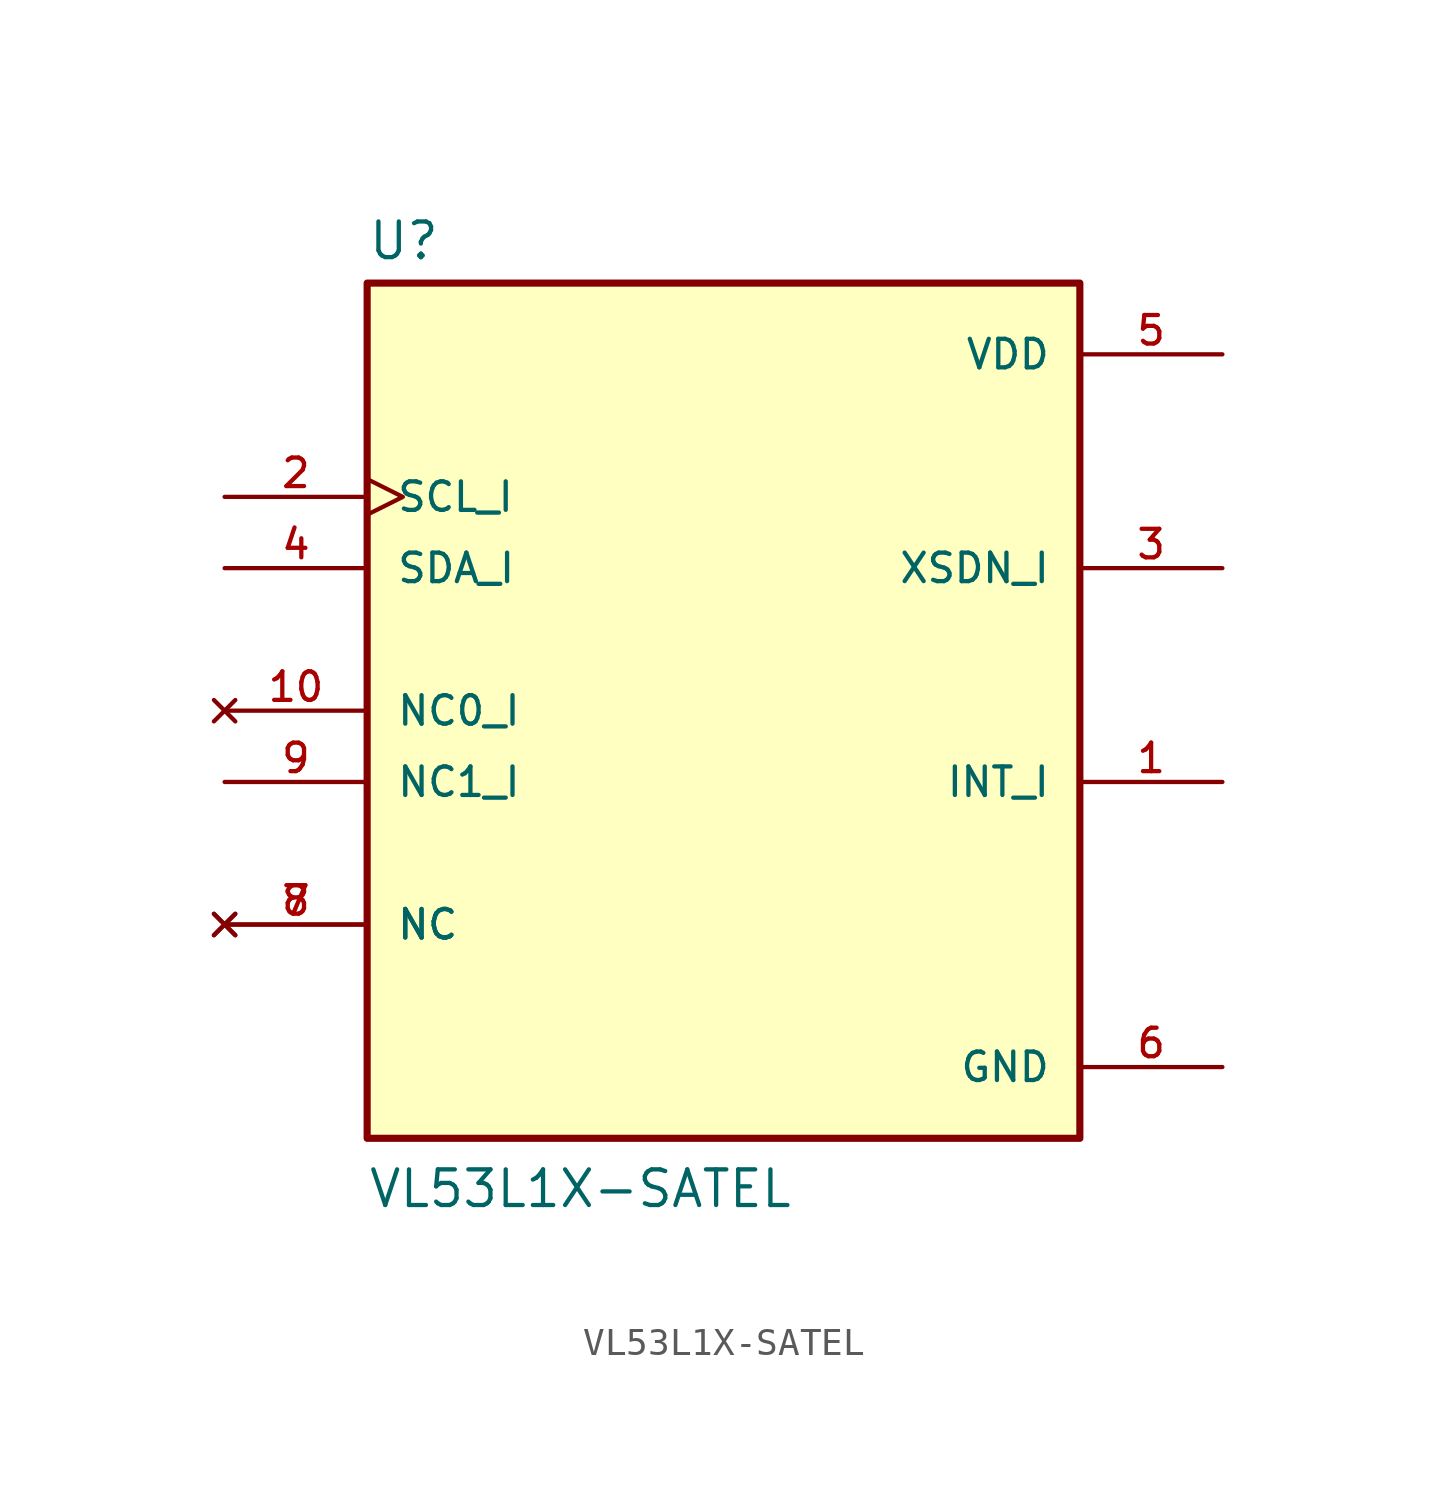
<source format=kicad_sym>
(kicad_symbol_lib
  (version 20211014)
  (generator kicad_symbol_editor)
  (symbol "VL53L1X-SATEL"
    (pin_names
      (offset 1.016))
    (property "Reference" "U"
      (at -12.7 16.002 0)
      (effects (font (size 1.27 1.27)) (justify bottom left)))
    (property "Value" "VL53L1X-SATEL"
      (at -12.7 -17.78 0)
      (effects (font (size 1.27 1.27)) (justify bottom left)))
    (symbol "VL53L1X-SATEL_0_0"
      (rectangle (start -12.7 -15.24) (end 12.7 15.24) (stroke (width 0.254)) (fill (type background)))
      (pin input clock (at -17.78 7.62 0) (length 5.08) (name "SCL_I" (effects (font (size 1.016 1.016)))) (number "2" (effects (font (size 1.016 1.016)))))
      (pin bidirectional line (at -17.78 5.08 0) (length 5.08) (name "SDA_I" (effects (font (size 1.016 1.016)))) (number "4" (effects (font (size 1.016 1.016)))))
      (pin output line (at 17.78 -2.54 180.0) (length 5.08) (name "INT_I" (effects (font (size 1.016 1.016)))) (number "1" (effects (font (size 1.016 1.016)))))
      (pin input line (at 17.78 5.08 180.0) (length 5.08) (name "XSDN_I" (effects (font (size 1.016 1.016)))) (number "3" (effects (font (size 1.016 1.016)))))
      (pin power_in line (at 17.78 -12.7 180.0) (length 5.08) (name "GND" (effects (font (size 1.016 1.016)))) (number "6" (effects (font (size 1.016 1.016)))))
      (pin power_in line (at 17.78 12.7 180.0) (length 5.08) (name "VDD" (effects (font (size 1.016 1.016)))) (number "5" (effects (font (size 1.016 1.016)))))
      (pin no_connect line (at -17.78 0.0 0) (length 5.08) (name "NC0_I" (effects (font (size 1.016 1.016)))) (number "10" (effects (font (size 1.016 1.016)))))
      (pin passive line (at -17.78 -2.54 0) (length 5.08) (name "NC1_I" (effects (font (size 1.016 1.016)))) (number "9" (effects (font (size 1.016 1.016)))))
      (pin no_connect line (at -17.78 -7.62 0) (length 5.08) (name "NC" (effects (font (size 1.016 1.016)))) (number "7" (effects (font (size 1.016 1.016)))))
      (pin no_connect line (at -17.78 -7.62 0) (length 5.08) (name "NC" (effects (font (size 1.016 1.016)))) (number "8" (effects (font (size 1.016 1.016))))))))
</source>
